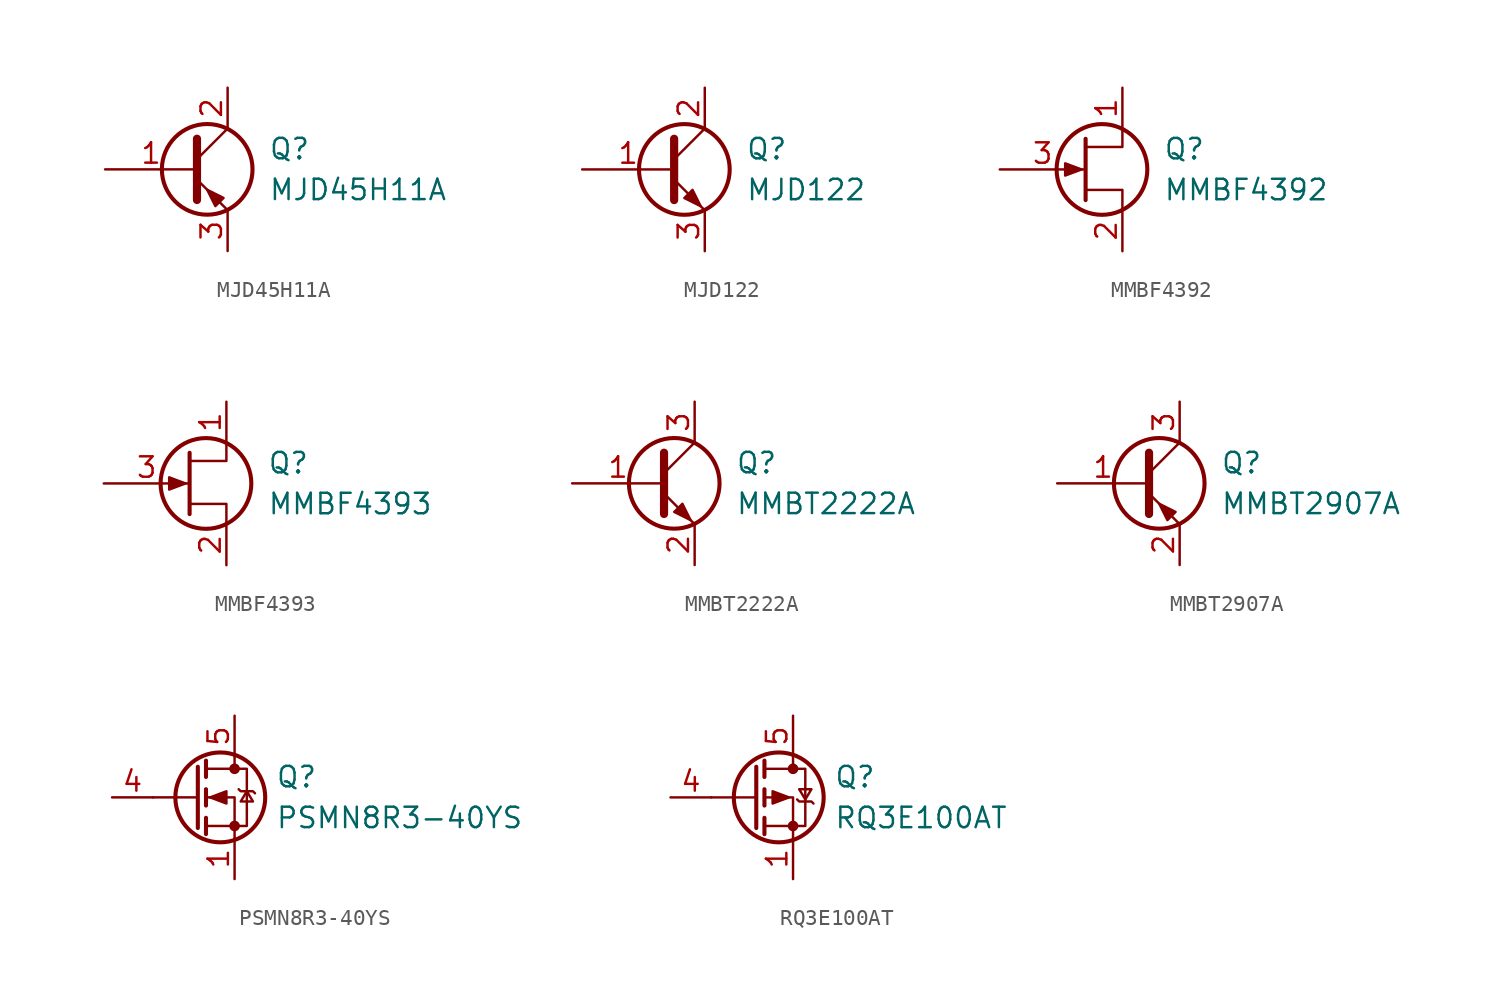
<source format=kicad_sym>
(kicad_symbol_lib
  (version 20211014)
  (generator kicad_symbol_editor)
  (symbol "MJD45H11A"
    (pin_names
      (offset 0) hide)
    (property "Reference" "Q"
      (at 5.08 1.27 0)
      (effects (font (size 1.27 1.27)) (justify left)))
    (property "Value" "MJD45H11A"
      (at 5.08 -1.27 0)
      (effects (font (size 1.27 1.27)) (justify left)))
    (symbol "MJD45H11A_0_1"
      (polyline (pts (xy 0.635 0.635) (xy 2.54 2.54)) (stroke (width 0) (type default) (color 0 0 0 0)) (fill (type none)))
      (polyline (pts (xy 0.635 -0.635) (xy 2.54 -2.54) (xy 2.54 -2.54)) (stroke (width 0) (type default) (color 0 0 0 0)) (fill (type none)))
      (polyline (pts (xy 0.635 1.905) (xy 0.635 -1.905) (xy 0.635 -1.905)) (stroke (width 0.508) (type default) (color 0 0 0 0)) (fill (type none)))
      (polyline (pts (xy 2.286 -1.778) (xy 1.778 -2.286) (xy 1.27 -1.27) (xy 2.286 -1.778) (xy 2.286 -1.778)) (stroke (width 0) (type default) (color 0 0 0 0)) (fill (type outline)))
      (circle (center 1.27 0) (radius 2.819) (stroke (width 0.254) (type default) (color 0 0 0 0)) (fill (type none))))
    (symbol "MJD45H11A_1_1"
      (pin input line (at -5.08 0 0) (length 5.715) (name "B" (effects (font (size 1.27 1.27)))) (number "1" (effects (font (size 1.27 1.27)))))
      (pin passive line (at 2.54 5.08 270) (length 2.54) (name "C" (effects (font (size 1.27 1.27)))) (number "2" (effects (font (size 1.27 1.27)))))
      (pin passive line (at 2.54 -5.08 90) (length 2.54) (name "E" (effects (font (size 1.27 1.27)))) (number "3" (effects (font (size 1.27 1.27)))))))
  (symbol "MJD122"
    (pin_names
      (offset 0) hide)
    (property "Reference" "Q"
      (at 5.08 1.27 0)
      (effects (font (size 1.27 1.27)) (justify left)))
    (property "Value" "MJD122"
      (at 5.08 -1.27 0)
      (effects (font (size 1.27 1.27)) (justify left)))
    (symbol "MJD122_0_1"
      (polyline (pts (xy 0.635 0.635) (xy 2.54 2.54)) (stroke (width 0) (type default) (color 0 0 0 0)) (fill (type none)))
      (polyline (pts (xy 0.635 -0.635) (xy 2.54 -2.54) (xy 2.54 -2.54)) (stroke (width 0) (type default) (color 0 0 0 0)) (fill (type none)))
      (polyline (pts (xy 0.635 1.905) (xy 0.635 -1.905) (xy 0.635 -1.905)) (stroke (width 0.508) (type default) (color 0 0 0 0)) (fill (type none)))
      (polyline (pts (xy 1.27 -1.778) (xy 1.778 -1.27) (xy 2.286 -2.286) (xy 1.27 -1.778) (xy 1.27 -1.778)) (stroke (width 0) (type default) (color 0 0 0 0)) (fill (type outline)))
      (circle (center 1.27 0) (radius 2.819) (stroke (width 0.254) (type default) (color 0 0 0 0)) (fill (type none))))
    (symbol "MJD122_1_1"
      (pin input line (at -5.08 0 0) (length 5.715) (name "B" (effects (font (size 1.27 1.27)))) (number "1" (effects (font (size 1.27 1.27)))))
      (pin passive line (at 2.54 5.08 270) (length 2.54) (name "C" (effects (font (size 1.27 1.27)))) (number "2" (effects (font (size 1.27 1.27)))))
      (pin passive line (at 2.54 -5.08 90) (length 2.54) (name "E" (effects (font (size 1.27 1.27)))) (number "3" (effects (font (size 1.27 1.27)))))))
  (symbol "MMBF4392"
    (pin_names
      (offset 0) hide)
    (property "Reference" "Q"
      (at 5.08 1.27 0)
      (effects (font (size 1.27 1.27)) (justify left)))
    (property "Value" "MMBF4392"
      (at 5.08 -1.27 0)
      (effects (font (size 1.27 1.27)) (justify left)))
    (symbol "MMBF4392_0_1"
      (polyline (pts (xy 0.254 1.905) (xy 0.254 -1.905) (xy 0.254 -1.905)) (stroke (width 0.254) (type default) (color 0 0 0 0)) (fill (type none)))
      (polyline (pts (xy 2.54 -2.54) (xy 2.54 -1.27) (xy 0.254 -1.27)) (stroke (width 0) (type default) (color 0 0 0 0)) (fill (type none)))
      (polyline (pts (xy 2.54 2.54) (xy 2.54 1.397) (xy 0.254 1.397)) (stroke (width 0) (type default) (color 0 0 0 0)) (fill (type none)))
      (polyline (pts (xy 0 0) (xy -1.016 0.381) (xy -1.016 -0.381) (xy 0 0)) (stroke (width 0) (type default) (color 0 0 0 0)) (fill (type outline)))
      (circle (center 1.27 0) (radius 2.819) (stroke (width 0.254) (type default) (color 0 0 0 0)) (fill (type none))))
    (symbol "MMBF4392_1_1"
      (pin passive line (at 2.54 5.08 270) (length 2.54) (name "D" (effects (font (size 1.27 1.27)))) (number "1" (effects (font (size 1.27 1.27)))))
      (pin passive line (at 2.54 -5.08 90) (length 2.54) (name "S" (effects (font (size 1.27 1.27)))) (number "2" (effects (font (size 1.27 1.27)))))
      (pin input line (at -5.08 0 0) (length 5.334) (name "G" (effects (font (size 1.27 1.27)))) (number "3" (effects (font (size 1.27 1.27)))))))
  (symbol "MMBF4393"
    (pin_names
      (offset 0) hide)
    (property "Reference" "Q"
      (at 5.08 1.27 0)
      (effects (font (size 1.27 1.27)) (justify left)))
    (property "Value" "MMBF4393"
      (at 5.08 -1.27 0)
      (effects (font (size 1.27 1.27)) (justify left)))
    (symbol "MMBF4393_0_1"
      (polyline (pts (xy 0.254 1.905) (xy 0.254 -1.905) (xy 0.254 -1.905)) (stroke (width 0.254) (type default) (color 0 0 0 0)) (fill (type none)))
      (polyline (pts (xy 2.54 -2.54) (xy 2.54 -1.27) (xy 0.254 -1.27)) (stroke (width 0) (type default) (color 0 0 0 0)) (fill (type none)))
      (polyline (pts (xy 2.54 2.54) (xy 2.54 1.397) (xy 0.254 1.397)) (stroke (width 0) (type default) (color 0 0 0 0)) (fill (type none)))
      (polyline (pts (xy 0 0) (xy -1.016 0.381) (xy -1.016 -0.381) (xy 0 0)) (stroke (width 0) (type default) (color 0 0 0 0)) (fill (type outline)))
      (circle (center 1.27 0) (radius 2.819) (stroke (width 0.254) (type default) (color 0 0 0 0)) (fill (type none))))
    (symbol "MMBF4393_1_1"
      (pin passive line (at 2.54 5.08 270) (length 2.54) (name "D" (effects (font (size 1.27 1.27)))) (number "1" (effects (font (size 1.27 1.27)))))
      (pin passive line (at 2.54 -5.08 90) (length 2.54) (name "S" (effects (font (size 1.27 1.27)))) (number "2" (effects (font (size 1.27 1.27)))))
      (pin input line (at -5.08 0 0) (length 5.334) (name "G" (effects (font (size 1.27 1.27)))) (number "3" (effects (font (size 1.27 1.27)))))))
  (symbol "MMBT2222A"
    (pin_names
      (offset 0) hide)
    (property "Reference" "Q"
      (at 5.08 1.27 0)
      (effects (font (size 1.27 1.27)) (justify left)))
    (property "Value" "MMBT2222A"
      (at 5.08 -1.27 0)
      (effects (font (size 1.27 1.27)) (justify left)))
    (symbol "MMBT2222A_0_1"
      (polyline (pts (xy 0.635 0.635) (xy 2.54 2.54)) (stroke (width 0) (type default) (color 0 0 0 0)) (fill (type none)))
      (polyline (pts (xy 0.635 -0.635) (xy 2.54 -2.54) (xy 2.54 -2.54)) (stroke (width 0) (type default) (color 0 0 0 0)) (fill (type none)))
      (polyline (pts (xy 0.635 1.905) (xy 0.635 -1.905) (xy 0.635 -1.905)) (stroke (width 0.508) (type default) (color 0 0 0 0)) (fill (type none)))
      (polyline (pts (xy 1.27 -1.778) (xy 1.778 -1.27) (xy 2.286 -2.286) (xy 1.27 -1.778) (xy 1.27 -1.778)) (stroke (width 0) (type default) (color 0 0 0 0)) (fill (type outline)))
      (circle (center 1.27 0) (radius 2.819) (stroke (width 0.254) (type default) (color 0 0 0 0)) (fill (type none))))
    (symbol "MMBT2222A_1_1"
      (pin input line (at -5.08 0 0) (length 5.715) (name "B" (effects (font (size 1.27 1.27)))) (number "1" (effects (font (size 1.27 1.27)))))
      (pin passive line (at 2.54 -5.08 90) (length 2.54) (name "E" (effects (font (size 1.27 1.27)))) (number "2" (effects (font (size 1.27 1.27)))))
      (pin passive line (at 2.54 5.08 270) (length 2.54) (name "C" (effects (font (size 1.27 1.27)))) (number "3" (effects (font (size 1.27 1.27)))))))
  (symbol "MMBT2907A"
    (pin_names
      (offset 0) hide)
    (property "Reference" "Q"
      (at 5.08 1.27 0)
      (effects (font (size 1.27 1.27)) (justify left)))
    (property "Value" "MMBT2907A"
      (at 5.08 -1.27 0)
      (effects (font (size 1.27 1.27)) (justify left)))
    (symbol "MMBT2907A_0_1"
      (polyline (pts (xy 0.635 0.635) (xy 2.54 2.54)) (stroke (width 0) (type default) (color 0 0 0 0)) (fill (type none)))
      (polyline (pts (xy 0.635 -0.635) (xy 2.54 -2.54) (xy 2.54 -2.54)) (stroke (width 0) (type default) (color 0 0 0 0)) (fill (type none)))
      (polyline (pts (xy 0.635 1.905) (xy 0.635 -1.905) (xy 0.635 -1.905)) (stroke (width 0.508) (type default) (color 0 0 0 0)) (fill (type none)))
      (polyline (pts (xy 2.286 -1.778) (xy 1.778 -2.286) (xy 1.27 -1.27) (xy 2.286 -1.778) (xy 2.286 -1.778)) (stroke (width 0) (type default) (color 0 0 0 0)) (fill (type outline)))
      (circle (center 1.27 0) (radius 2.819) (stroke (width 0.254) (type default) (color 0 0 0 0)) (fill (type none))))
    (symbol "MMBT2907A_1_1"
      (pin input line (at -5.08 0 0) (length 5.715) (name "B" (effects (font (size 1.27 1.27)))) (number "1" (effects (font (size 1.27 1.27)))))
      (pin passive line (at 2.54 -5.08 90) (length 2.54) (name "E" (effects (font (size 1.27 1.27)))) (number "2" (effects (font (size 1.27 1.27)))))
      (pin passive line (at 2.54 5.08 270) (length 2.54) (name "C" (effects (font (size 1.27 1.27)))) (number "3" (effects (font (size 1.27 1.27)))))))
  (symbol "PSMN8R3-40YS"
    (pin_names
      (offset 0) hide)
    (property "Reference" "Q"
      (at 5.08 1.27 0)
      (effects (font (size 1.27 1.27)) (justify left)))
    (property "Value" "PSMN8R3-40YS"
      (at 5.08 -1.27 0)
      (effects (font (size 1.27 1.27)) (justify left)))
    (symbol "PSMN8R3-40YS_0_1"
      (polyline (pts (xy 0.254 0) (xy -2.54 0)) (stroke (width 0) (type default) (color 0 0 0 0)) (fill (type none)))
      (polyline (pts (xy 0.254 1.905) (xy 0.254 -1.905)) (stroke (width 0.254) (type default) (color 0 0 0 0)) (fill (type none)))
      (polyline (pts (xy 0.762 -1.27) (xy 0.762 -2.286)) (stroke (width 0.254) (type default) (color 0 0 0 0)) (fill (type none)))
      (polyline (pts (xy 0.762 0.508) (xy 0.762 -0.508)) (stroke (width 0.254) (type default) (color 0 0 0 0)) (fill (type none)))
      (polyline (pts (xy 0.762 2.286) (xy 0.762 1.27)) (stroke (width 0.254) (type default) (color 0 0 0 0)) (fill (type none)))
      (polyline (pts (xy 2.54 2.54) (xy 2.54 1.778)) (stroke (width 0) (type default) (color 0 0 0 0)) (fill (type none)))
      (polyline (pts (xy 2.54 -2.54) (xy 2.54 0) (xy 0.762 0)) (stroke (width 0) (type default) (color 0 0 0 0)) (fill (type none)))
      (polyline (pts (xy 0.762 -1.778) (xy 3.302 -1.778) (xy 3.302 1.778) (xy 0.762 1.778)) (stroke (width 0) (type default) (color 0 0 0 0)) (fill (type none)))
      (polyline (pts (xy 1.016 0) (xy 2.032 0.381) (xy 2.032 -0.381) (xy 1.016 0)) (stroke (width 0) (type default) (color 0 0 0 0)) (fill (type outline)))
      (polyline (pts (xy 2.794 0.508) (xy 2.921 0.381) (xy 3.683 0.381) (xy 3.81 0.254)) (stroke (width 0) (type default) (color 0 0 0 0)) (fill (type none)))
      (polyline (pts (xy 3.302 0.381) (xy 2.921 -0.254) (xy 3.683 -0.254) (xy 3.302 0.381)) (stroke (width 0) (type default) (color 0 0 0 0)) (fill (type none)))
      (circle (center 1.651 0) (radius 2.794) (stroke (width 0.254) (type default) (color 0 0 0 0)) (fill (type none)))
      (circle (center 2.54 -1.778) (radius 0.254) (stroke (width 0) (type default) (color 0 0 0 0)) (fill (type outline)))
      (circle (center 2.54 1.778) (radius 0.254) (stroke (width 0) (type default) (color 0 0 0 0)) (fill (type outline))))
    (symbol "PSMN8R3-40YS_1_1"
      (pin passive line (at 2.54 -5.08 90) (length 2.54) (name "S" (effects (font (size 1.27 1.27)))) (number "1" (effects (font (size 1.27 1.27)))))
      (pin passive line (at 2.54 -5.08 90) (length 2.54) hide (name "S" (effects (font (size 1.27 1.27)))) (number "2" (effects (font (size 1.27 1.27)))))
      (pin passive line (at 2.54 -5.08 90) (length 2.54) hide (name "S" (effects (font (size 1.27 1.27)))) (number "3" (effects (font (size 1.27 1.27)))))
      (pin input line (at -5.08 0 0) (length 2.54) (name "G" (effects (font (size 1.27 1.27)))) (number "4" (effects (font (size 1.27 1.27)))))
      (pin passive line (at 2.54 5.08 270) (length 2.54) (name "D" (effects (font (size 1.27 1.27)))) (number "5" (effects (font (size 1.27 1.27)))))))
  (symbol "RQ3E100AT"
    (pin_names
      (offset 0) hide)
    (property "Reference" "Q"
      (at 5.08 1.27 0)
      (effects (font (size 1.27 1.27)) (justify left)))
    (property "Value" "RQ3E100AT"
      (at 5.08 -1.27 0)
      (effects (font (size 1.27 1.27)) (justify left)))
    (symbol "RQ3E100AT_0_1"
      (polyline (pts (xy 0.254 0) (xy -2.54 0)) (stroke (width 0) (type default) (color 0 0 0 0)) (fill (type none)))
      (polyline (pts (xy 0.254 1.905) (xy 0.254 -1.905)) (stroke (width 0.254) (type default) (color 0 0 0 0)) (fill (type none)))
      (polyline (pts (xy 0.762 -1.27) (xy 0.762 -2.286)) (stroke (width 0.254) (type default) (color 0 0 0 0)) (fill (type none)))
      (polyline (pts (xy 0.762 0.508) (xy 0.762 -0.508)) (stroke (width 0.254) (type default) (color 0 0 0 0)) (fill (type none)))
      (polyline (pts (xy 0.762 2.286) (xy 0.762 1.27)) (stroke (width 0.254) (type default) (color 0 0 0 0)) (fill (type none)))
      (polyline (pts (xy 2.54 2.54) (xy 2.54 1.778)) (stroke (width 0) (type default) (color 0 0 0 0)) (fill (type none)))
      (polyline (pts (xy 2.54 -2.54) (xy 2.54 0) (xy 0.762 0)) (stroke (width 0) (type default) (color 0 0 0 0)) (fill (type none)))
      (polyline (pts (xy 0.762 -1.778) (xy 3.302 -1.778) (xy 3.302 1.778) (xy 0.762 1.778)) (stroke (width 0) (type default) (color 0 0 0 0)) (fill (type none)))
      (polyline (pts (xy 2.286 0) (xy 1.27 -0.381) (xy 1.27 0.381) (xy 2.286 0)) (stroke (width 0) (type default) (color 0 0 0 0)) (fill (type outline)))
      (polyline (pts (xy 2.794 -0.127) (xy 2.921 -0.254) (xy 3.683 -0.254) (xy 3.81 -0.381)) (stroke (width 0) (type default) (color 0 0 0 0)) (fill (type none)))
      (polyline (pts (xy 3.302 -0.127) (xy 3.683 0.508) (xy 2.921 0.508) (xy 3.302 -0.127)) (stroke (width 0) (type default) (color 0 0 0 0)) (fill (type none)))
      (circle (center 1.651 0) (radius 2.794) (stroke (width 0.254) (type default) (color 0 0 0 0)) (fill (type none)))
      (circle (center 2.54 -1.778) (radius 0.254) (stroke (width 0) (type default) (color 0 0 0 0)) (fill (type outline)))
      (circle (center 2.54 1.778) (radius 0.254) (stroke (width 0) (type default) (color 0 0 0 0)) (fill (type outline))))
    (symbol "RQ3E100AT_1_1"
      (pin passive line (at 2.54 -5.08 90) (length 2.54) (name "S" (effects (font (size 1.27 1.27)))) (number "1" (effects (font (size 1.27 1.27)))))
      (pin passive line (at 2.54 -5.08 90) (length 2.54) hide (name "S" (effects (font (size 1.27 1.27)))) (number "2" (effects (font (size 1.27 1.27)))))
      (pin passive line (at 2.54 -5.08 90) (length 2.54) hide (name "S" (effects (font (size 1.27 1.27)))) (number "3" (effects (font (size 1.27 1.27)))))
      (pin input line (at -5.08 0 0) (length 2.54) (name "G" (effects (font (size 1.27 1.27)))) (number "4" (effects (font (size 1.27 1.27)))))
      (pin passive line (at 2.54 5.08 270) (length 2.54) (name "D" (effects (font (size 1.27 1.27)))) (number "5" (effects (font (size 1.27 1.27))))))))
</source>
